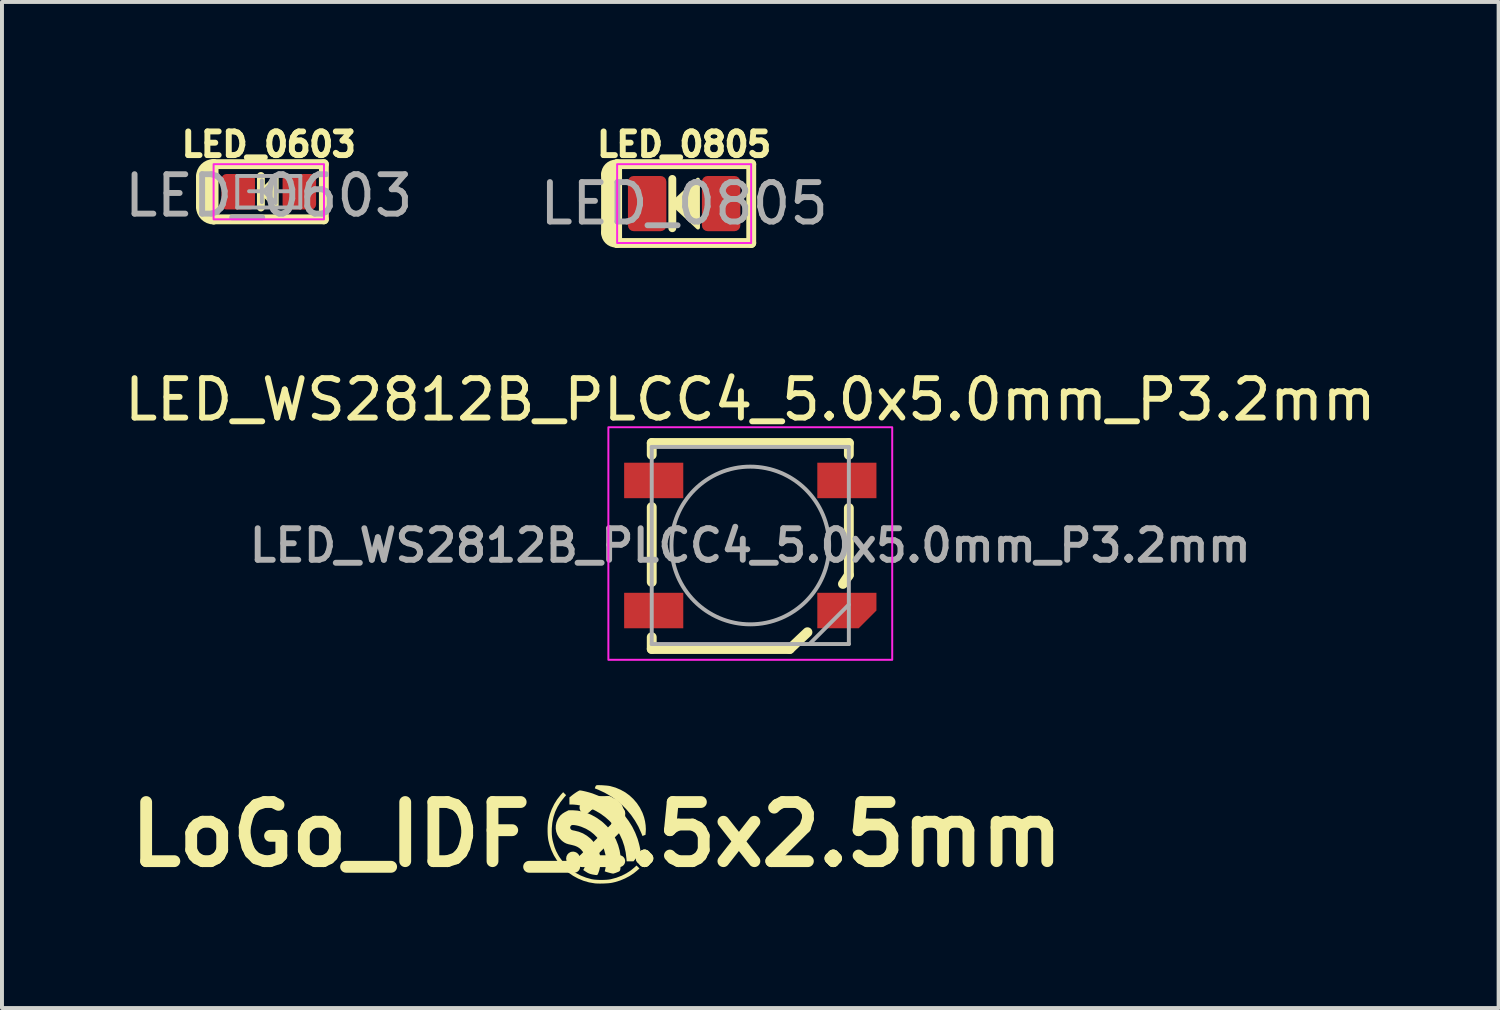
<source format=kicad_pcb>
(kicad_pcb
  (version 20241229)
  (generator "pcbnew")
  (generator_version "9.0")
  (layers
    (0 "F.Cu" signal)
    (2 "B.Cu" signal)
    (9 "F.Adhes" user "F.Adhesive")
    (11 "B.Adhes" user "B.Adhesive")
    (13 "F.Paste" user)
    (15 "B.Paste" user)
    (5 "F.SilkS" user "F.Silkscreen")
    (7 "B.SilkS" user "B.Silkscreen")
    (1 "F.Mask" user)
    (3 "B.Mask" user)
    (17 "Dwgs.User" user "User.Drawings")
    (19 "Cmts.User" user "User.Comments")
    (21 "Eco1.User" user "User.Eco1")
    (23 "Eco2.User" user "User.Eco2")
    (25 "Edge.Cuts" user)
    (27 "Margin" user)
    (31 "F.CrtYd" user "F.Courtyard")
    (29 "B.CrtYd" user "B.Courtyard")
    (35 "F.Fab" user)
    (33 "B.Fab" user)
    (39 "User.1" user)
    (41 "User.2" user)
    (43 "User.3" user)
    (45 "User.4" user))
  (footprint "LED_WS2812B_PLCC4_5.0x5.0mm_P3.2mm"
    (layer "F.Cu")
    (at 15.982 10.787)
    (property "Reference" "LED_WS2812B_PLCC4_5.0x5.0mm_P3.2mm" (at 0 -3.7 0) (layer "F.SilkS") (effects (font (size 1 1) (thickness 0.15))))
    (attr smd)
    (fp_line (start -2.5 -2.6) (end -2.5 -2.3) (stroke (width 0.25) (type solid)) (layer "F.SilkS"))
    (fp_line (start -2.5 -2.6) (end 2.5 -2.6) (stroke (width 0.25) (type solid)) (layer "F.SilkS"))
    (fp_line (start -2.5 -0.975) (end -2.5 0.925) (stroke (width 0.25) (type solid)) (layer "F.SilkS"))
    (fp_line (start -2.5 2.325) (end -2.5 2.625) (stroke (width 0.25) (type solid)) (layer "F.SilkS"))
    (fp_line (start -2.5 2.625) (end 1 2.625) (stroke (width 0.25) (type solid)) (layer "F.SilkS"))
    (fp_line (start 1 2.625) (end 1.45 2.2) (stroke (width 0.25) (type solid)) (layer "F.SilkS"))
    (fp_line (start 2.35 0.975) (end 2.5 0.75) (stroke (width 0.25) (type solid)) (layer "F.SilkS"))
    (fp_line (start 2.5 -2.6) (end 2.5 -2.3) (stroke (width 0.25) (type solid)) (layer "F.SilkS"))
    (fp_line (start 2.5 -0.95) (end 2.5 0.75) (stroke (width 0.25) (type solid)) (layer "F.SilkS"))
    (fp_rect (start -3.6 -3) (end 3.6 2.9) (stroke (width 0.05) (type solid)) (fill no) (layer "F.CrtYd"))
    (fp_line (start -2.5 -2.5) (end -2.5 2.5) (stroke (width 0.1) (type solid)) (layer "F.Fab"))
    (fp_line (start -2.5 2.5) (end 2.5 2.5) (stroke (width 0.1) (type solid)) (layer "F.Fab"))
    (fp_line (start 2.5 -2.5) (end -2.5 -2.5) (stroke (width 0.1) (type solid)) (layer "F.Fab"))
    (fp_line (start 2.5 1.5) (end 1.5 2.5) (stroke (width 0.1) (type solid)) (layer "F.Fab"))
    (fp_line (start 2.5 2.5) (end 2.5 -2.5) (stroke (width 0.1) (type solid)) (layer "F.Fab"))
    (fp_circle (center 0 0) (end 0 -2) (stroke (width 0.1) (type solid)) (fill no) (layer "F.Fab"))
    (fp_text user "${REFERENCE}" (at 0 0 0) (layer "F.Fab") (effects (font (size 0.8 0.8) (thickness 0.15))))
    (pad "1" smd rect (at -2.45 -1.65) (size 1.5 0.9) (layers "F.Cu" "F.Mask" "F.Paste"))
    (pad "2" smd rect (at -2.45 1.65) (size 1.5 0.9) (layers "F.Cu" "F.Mask" "F.Paste"))
    (pad "3" smd roundrect (at 2.45 1.65) (size 1.5 0.9) (layers "F.Cu" "F.Mask" "F.Paste") (roundrect_rratio 0) (chamfer_ratio 0.5) (chamfer bottom_right))
    (pad "4" smd rect (at 2.45 -1.65) (size 1.5 0.9) (layers "F.Cu" "F.Mask" "F.Paste")))
  (footprint "LoGo_IDF_2.5x2.5mm"
    (layer "F.Cu")
    (at 12.086 18.116)
    (property "Reference" "LoGo_IDF_2.5x2.5mm" (at 0 0 0) (layer "F.SilkS") (effects (font (size 1.5 1.5) (thickness 0.3))))
    (attr board_only exclude_from_pos_files exclude_from_bom)
    (fp_poly (pts (xy -0.548 0.445) (xy -0.504 0.466) (xy -0.468 0.498) (xy -0.441 0.539) (xy -0.428 0.587) (xy -0.427 0.595) (xy -0.428 0.647) (xy -0.443 0.691) (xy -0.472 0.731) (xy -0.478 0.737) (xy -0.522 0.77) (xy -0.57 0.788) (xy -0.622 0.789) (xy -0.661 0.779) (xy -0.706 0.755) (xy -0.741 0.719) (xy -0.765 0.673) (xy -0.775 0.622) (xy -0.775 0.613) (xy -0.767 0.559) (xy -0.745 0.513) (xy -0.711 0.475) (xy -0.665 0.448) (xy -0.646 0.442) (xy -0.596 0.436)) (stroke (width 0) (type solid)) (fill yes) (layer "F.SilkS"))
    (fp_poly (pts (xy 0.099 -1.249) (xy 0.148 -1.247) (xy 0.2 -1.243) (xy 0.251 -1.239) (xy 0.296 -1.234) (xy 0.333 -1.228) (xy 0.343 -1.226) (xy 0.479 -1.187) (xy 0.606 -1.133) (xy 0.725 -1.067) (xy 0.834 -0.987) (xy 0.933 -0.894) (xy 1.021 -0.791) (xy 1.097 -0.676) (xy 1.16 -0.551) (xy 1.17 -0.525) (xy 1.202 -0.433) (xy 1.226 -0.334) (xy 1.241 -0.233) (xy 1.247 -0.135) (xy 1.244 -0.068) (xy 1.238 0.01) (xy 1.199 0.025) (xy 1.161 0.04) (xy 1.129 -0.04) (xy 1.057 -0.199) (xy 0.97 -0.351) (xy 0.871 -0.495) (xy 0.758 -0.63) (xy 0.634 -0.755) (xy 0.499 -0.868) (xy 0.355 -0.97) (xy 0.202 -1.058) (xy 0.041 -1.133) (xy 0.02 -1.141) (xy -0.048 -1.168) (xy -0.036 -1.205) (xy -0.024 -1.231) (xy -0.01 -1.244) (xy -0.002 -1.247) (xy 0.02 -1.25) (xy 0.055 -1.25)) (stroke (width 0) (type solid)) (fill yes) (layer "F.SilkS"))
    (fp_poly (pts (xy -0.403 -1.114) (xy -0.367 -1.108) (xy -0.321 -1.098) (xy -0.269 -1.086) (xy -0.216 -1.072) (xy -0.164 -1.057) (xy -0.116 -1.042) (xy -0.114 -1.042) (xy 0.044 -0.98) (xy 0.195 -0.904) (xy 0.339 -0.815) (xy 0.473 -0.713) (xy 0.597 -0.599) (xy 0.711 -0.474) (xy 0.812 -0.339) (xy 0.902 -0.195) (xy 0.977 -0.043) (xy 1.037 0.111) (xy 1.05 0.154) (xy 1.064 0.204) (xy 1.078 0.256) (xy 1.09 0.306) (xy 1.099 0.352) (xy 1.106 0.388) (xy 1.108 0.413) (xy 1.108 0.414) (xy 1.103 0.439) (xy 1.086 0.474) (xy 1.058 0.519) (xy 1.021 0.571) (xy 0.99 0.612) (xy 0.934 0.683) (xy 0.847 0.683) (xy 0.76 0.683) (xy 0.755 0.619) (xy 0.735 0.455) (xy 0.701 0.299) (xy 0.652 0.152) (xy 0.589 0.013) (xy 0.511 -0.118) (xy 0.419 -0.24) (xy 0.33 -0.338) (xy 0.214 -0.441) (xy 0.088 -0.532) (xy -0.045 -0.608) (xy -0.111 -0.64) (xy -0.202 -0.675) (xy -0.299 -0.706) (xy -0.398 -0.73) (xy -0.495 -0.748) (xy -0.585 -0.757) (xy -0.628 -0.758) (xy -0.692 -0.758) (xy -0.692 -0.848) (xy -0.692 -0.938) (xy -0.641 -0.979) (xy -0.605 -1.008) (xy -0.565 -1.037) (xy -0.526 -1.064) (xy -0.489 -1.087) (xy -0.458 -1.105) (xy -0.436 -1.115) (xy -0.428 -1.117)) (stroke (width 0) (type solid)) (fill yes) (layer "F.SilkS"))
    (fp_poly (pts (xy -0.813 -1.033) (xy -0.776 -0.996) (xy -0.83 -0.933) (xy -0.921 -0.818) (xy -0.995 -0.697) (xy -1.055 -0.57) (xy -1.098 -0.436) (xy -1.126 -0.297) (xy -1.139 -0.154) (xy -1.14 -0.067) (xy -1.138 0.01) (xy -1.13 0.082) (xy -1.117 0.154) (xy -1.102 0.212) (xy -1.069 0.323) (xy -1.029 0.423) (xy -0.978 0.519) (xy -0.944 0.575) (xy -0.858 0.693) (xy -0.76 0.8) (xy -0.651 0.894) (xy -0.533 0.975) (xy -0.406 1.043) (xy -0.271 1.096) (xy -0.131 1.135) (xy -0.07 1.145) (xy 0.003 1.151) (xy 0.082 1.155) (xy 0.163 1.154) (xy 0.241 1.151) (xy 0.312 1.144) (xy 0.363 1.135) (xy 0.501 1.098) (xy 0.632 1.048) (xy 0.754 0.986) (xy 0.866 0.913) (xy 0.953 0.841) (xy 1.009 0.789) (xy 1.047 0.826) (xy 1.085 0.863) (xy 1.032 0.911) (xy 0.939 0.987) (xy 0.834 1.056) (xy 0.718 1.117) (xy 0.597 1.168) (xy 0.473 1.207) (xy 0.396 1.225) (xy 0.349 1.233) (xy 0.29 1.239) (xy 0.224 1.243) (xy 0.154 1.246) (xy 0.085 1.247) (xy 0.021 1.246) (xy -0.032 1.243) (xy -0.05 1.241) (xy -0.197 1.216) (xy -0.338 1.175) (xy -0.472 1.119) (xy -0.599 1.05) (xy -0.717 0.969) (xy -0.825 0.875) (xy -0.924 0.771) (xy -1.011 0.655) (xy -1.087 0.531) (xy -1.15 0.397) (xy -1.2 0.255) (xy -1.226 0.15) (xy -1.236 0.086) (xy -1.243 0.01) (xy -1.246 -0.072) (xy -1.246 -0.157) (xy -1.242 -0.24) (xy -1.235 -0.315) (xy -1.227 -0.364) (xy -1.191 -0.505) (xy -1.14 -0.641) (xy -1.077 -0.77) (xy -1.002 -0.891) (xy -0.915 -1.001) (xy -0.901 -1.017) (xy -0.851 -1.071)) (stroke (width 0) (type solid)) (fill yes) (layer "F.SilkS"))
    (fp_poly (pts (xy -0.489 -0.604) (xy -0.366 -0.581) (xy -0.244 -0.543) (xy -0.123 -0.49) (xy -0.005 -0.424) (xy 0.108 -0.345) (xy 0.158 -0.305) (xy 0.259 -0.209) (xy 0.349 -0.101) (xy 0.427 0.016) (xy 0.492 0.141) (xy 0.544 0.272) (xy 0.582 0.408) (xy 0.605 0.547) (xy 0.612 0.686) (xy 0.609 0.781) (xy 0.604 0.833) (xy 0.601 0.872) (xy 0.596 0.9) (xy 0.589 0.919) (xy 0.578 0.932) (xy 0.562 0.943) (xy 0.54 0.952) (xy 0.515 0.962) (xy 0.48 0.976) (xy 0.448 0.986) (xy 0.425 0.993) (xy 0.418 0.994) (xy 0.402 0.992) (xy 0.376 0.987) (xy 0.344 0.979) (xy 0.308 0.97) (xy 0.273 0.96) (xy 0.242 0.951) (xy 0.218 0.942) (xy 0.205 0.936) (xy 0.203 0.934) (xy 0.207 0.924) (xy 0.212 0.902) (xy 0.219 0.872) (xy 0.221 0.862) (xy 0.228 0.812) (xy 0.233 0.75) (xy 0.234 0.683) (xy 0.232 0.617) (xy 0.228 0.556) (xy 0.222 0.516) (xy 0.19 0.395) (xy 0.144 0.281) (xy 0.084 0.175) (xy 0.012 0.079) (xy -0.073 -0.007) (xy -0.168 -0.082) (xy -0.273 -0.144) (xy -0.388 -0.193) (xy -0.405 -0.199) (xy -0.46 -0.216) (xy -0.513 -0.228) (xy -0.561 -0.236) (xy -0.6 -0.239) (xy -0.628 -0.237) (xy -0.637 -0.234) (xy -0.661 -0.213) (xy -0.673 -0.185) (xy -0.67 -0.154) (xy -0.656 -0.13) (xy -0.643 -0.118) (xy -0.625 -0.109) (xy -0.598 -0.102) (xy -0.565 -0.096) (xy -0.453 -0.068) (xy -0.348 -0.026) (xy -0.251 0.032) (xy -0.16 0.104) (xy -0.111 0.154) (xy -0.045 0.236) (xy 0.011 0.329) (xy 0.054 0.429) (xy 0.084 0.532) (xy 0.092 0.575) (xy 0.099 0.656) (xy 0.096 0.745) (xy 0.083 0.834) (xy 0.063 0.92) (xy 0.038 0.988) (xy 0.026 1.013) (xy 0.016 1.026) (xy 0.001 1.031) (xy -0.022 1.03) (xy -0.037 1.028) (xy -0.1 1.018) (xy -0.151 1.006) (xy -0.195 0.991) (xy -0.236 0.971) (xy -0.266 0.952) (xy -0.296 0.933) (xy -0.32 0.917) (xy -0.336 0.907) (xy -0.34 0.904) (xy -0.337 0.897) (xy -0.329 0.879) (xy -0.321 0.866) (xy -0.293 0.798) (xy -0.278 0.725) (xy -0.278 0.649) (xy -0.291 0.574) (xy -0.317 0.502) (xy -0.355 0.435) (xy -0.4 0.382) (xy -0.446 0.343) (xy -0.496 0.313) (xy -0.553 0.289) (xy -0.623 0.27) (xy -0.652 0.263) (xy -0.719 0.248) (xy -0.774 0.23) (xy -0.821 0.206) (xy -0.864 0.176) (xy -0.9 0.145) (xy -0.956 0.081) (xy -0.998 0.01) (xy -1.026 -0.067) (xy -1.039 -0.146) (xy -1.037 -0.227) (xy -1.02 -0.308) (xy -0.988 -0.385) (xy -0.963 -0.427) (xy -0.923 -0.479) (xy -0.874 -0.523) (xy -0.813 -0.562) (xy -0.784 -0.577) (xy -0.714 -0.613) (xy -0.609 -0.613)) (stroke (width 0) (type solid)) (fill yes) (layer "F.SilkS")))
  (footprint "LED_0805"
    (layer "F.Cu")
    (at 14.304 2.114)
    (property "Reference" "LED_0805" (at 0 -1.5 0) (unlocked yes) (layer "F.SilkS") (effects (font (size 0.6 0.6) (thickness 0.15))))
    (attr smd)
    (fp_line (start -1.981 -0.737) (end -1.981 0.737) (stroke (width 0.25) (type default)) (layer "F.SilkS"))
    (fp_line (start -1.7 -1) (end -1.7 1) (stroke (width 0.25) (type default)) (layer "F.SilkS"))
    (fp_line (start -1.7 1) (end 1.702 1) (stroke (width 0.25) (type default)) (layer "F.SilkS"))
    (fp_line (start -0.3 -0.625) (end -0.3 0.625) (stroke (width 0.2) (type default)) (layer "F.SilkS"))
    (fp_line (start 1.702 -1) (end -1.7 -1) (stroke (width 0.25) (type default)) (layer "F.SilkS"))
    (fp_line (start 1.702 -1) (end 1.702 1) (stroke (width 0.25) (type default)) (layer "F.SilkS"))
    (fp_arc (start -1.981199 -0.736599) (mid -1.906804 -0.916204) (end -1.727199 -0.990599) (stroke (width 0.25) (type default)) (layer "F.SilkS"))
    (fp_arc (start -1.727199 0.990599) (mid -1.906804 0.916204) (end -1.981199 0.736599) (stroke (width 0.25) (type default)) (layer "F.SilkS"))
    (fp_poly (pts (xy -0.3 0) (xy 0.35 -0.607) (xy 0.351 0.608)) (stroke (width 0.1) (type solid)) (fill yes) (layer "F.SilkS"))
    (fp_poly (pts (xy -1.727 -0.991) (xy -1.981 -0.737) (xy -1.981 0.737) (xy -1.727 0.991)) (stroke (width 0.12) (type solid)) (fill yes) (layer "F.SilkS"))
    (fp_rect (start -1.7 -1) (end 1.7 1) (stroke (width 0.05) (type default)) (fill no) (layer "F.CrtYd"))
    (fp_text user "${REFERENCE}" (at 0 0 0) (unlocked yes) (layer "F.Fab") (effects (font (size 1 1) (thickness 0.15))))
    (pad "1" smd roundrect (at -0.938 0) (size 0.975 1.4) (layers "F.Cu" "F.Mask" "F.Paste") (roundrect_rratio 0.15))
    (pad "2" smd roundrect (at 0.938 0) (size 0.975 1.4) (layers "F.Cu" "F.Mask" "F.Paste") (roundrect_rratio 0.15)))
  (footprint "LED_0603"
    (layer "F.Cu")
    (at 3.768 1.814)
    (property "Reference" "LED_0603" (at 0 -1.2 0) (unlocked yes) (layer "F.SilkS") (effects (font (size 0.6 0.6) (thickness 0.15) (bold yes))))
    (attr smd)
    (fp_line (start -1.721 -0.381) (end -1.721 0.381) (stroke (width 0.25) (type default)) (layer "F.SilkS"))
    (fp_line (start -1.4 -0.7) (end -1.4 0.7) (stroke (width 0.25) (type default)) (layer "F.SilkS"))
    (fp_line (start -1.4 -0.7) (end 1.397 -0.7) (stroke (width 0.25) (type default)) (layer "F.SilkS"))
    (fp_line (start -1.4 0.7) (end 1.397 0.7) (stroke (width 0.25) (type default)) (layer "F.SilkS"))
    (fp_line (start -0.2 -0.4) (end -0.2 0.4) (stroke (width 0.2) (type default)) (layer "F.SilkS"))
    (fp_line (start 1.397 -0.7) (end 1.397 0.7) (stroke (width 0.25) (type default)) (layer "F.SilkS"))
    (fp_arc (start -1.720787 -0.381) (mid -1.625952 -0.609952) (end -1.397 -0.704787) (stroke (width 0.25) (type default)) (layer "F.SilkS"))
    (fp_arc (start -1.397 0.704787) (mid -1.625952 0.609952) (end -1.720787 0.381) (stroke (width 0.25) (type default)) (layer "F.SilkS"))
    (fp_poly (pts (xy -0.2 0) (xy 0.2 -0.4) (xy 0.2 0.4)) (stroke (width 0.1) (type solid)) (fill yes) (layer "F.SilkS"))
    (fp_poly (pts (xy -1.4 -0.7) (xy -1.651 -0.508) (xy -1.651 0.508) (xy -1.4 0.7)) (stroke (width 0.12) (type solid)) (fill yes) (layer "F.SilkS"))
    (fp_rect (start -1.4 -0.7) (end 1.4 0.7) (stroke (width 0.05) (type default)) (fill no) (layer "F.CrtYd"))
    (fp_line (start -0.8 -0.4) (end 0.8 -0.4) (stroke (width 0.1) (type solid)) (layer "F.Fab"))
    (fp_line (start -0.8 0.4) (end -0.8 -0.4) (stroke (width 0.1) (type solid)) (layer "F.Fab"))
    (fp_line (start -0.175 -0.287) (end -0.175 0.263) (stroke (width 0.1) (type default)) (layer "F.Fab"))
    (fp_line (start -0.175 -0.013) (end -0.5 -0.013) (stroke (width 0.1) (type default)) (layer "F.Fab"))
    (fp_line (start 0.525 -0.013) (end 0.2 -0.013) (stroke (width 0.1) (type default)) (layer "F.Fab"))
    (fp_line (start 0.8 -0.4) (end 0.8 0.4) (stroke (width 0.1) (type solid)) (layer "F.Fab"))
    (fp_line (start 0.8 0.4) (end -0.8 0.4) (stroke (width 0.1) (type solid)) (layer "F.Fab"))
    (fp_poly (pts (xy -0.125 -0.013) (xy 0.175 -0.312) (xy 0.175 0.287)) (stroke (width 0.1) (type solid)) (fill no) (layer "F.Fab"))
    (fp_text user "${REFERENCE}" (at 0 0.1 0) (unlocked yes) (layer "F.Fab") (effects (font (size 1 1) (thickness 0.15))))
    (pad "1" smd roundrect (at 0.775 0) (size 0.85 0.9) (layers "F.Cu" "F.Mask" "F.Paste") (roundrect_rratio 0.15))
    (pad "2" smd roundrect (at -0.775 0) (size 0.85 0.9) (layers "F.Cu" "F.Mask" "F.Paste") (roundrect_rratio 0.15)))
  (gr_rect
    (start -3 -3)
    (end 34.964 22.52)
    (stroke (width 0.1) (type default))
    (fill no)
    (layer "Edge.Cuts")))
</source>
